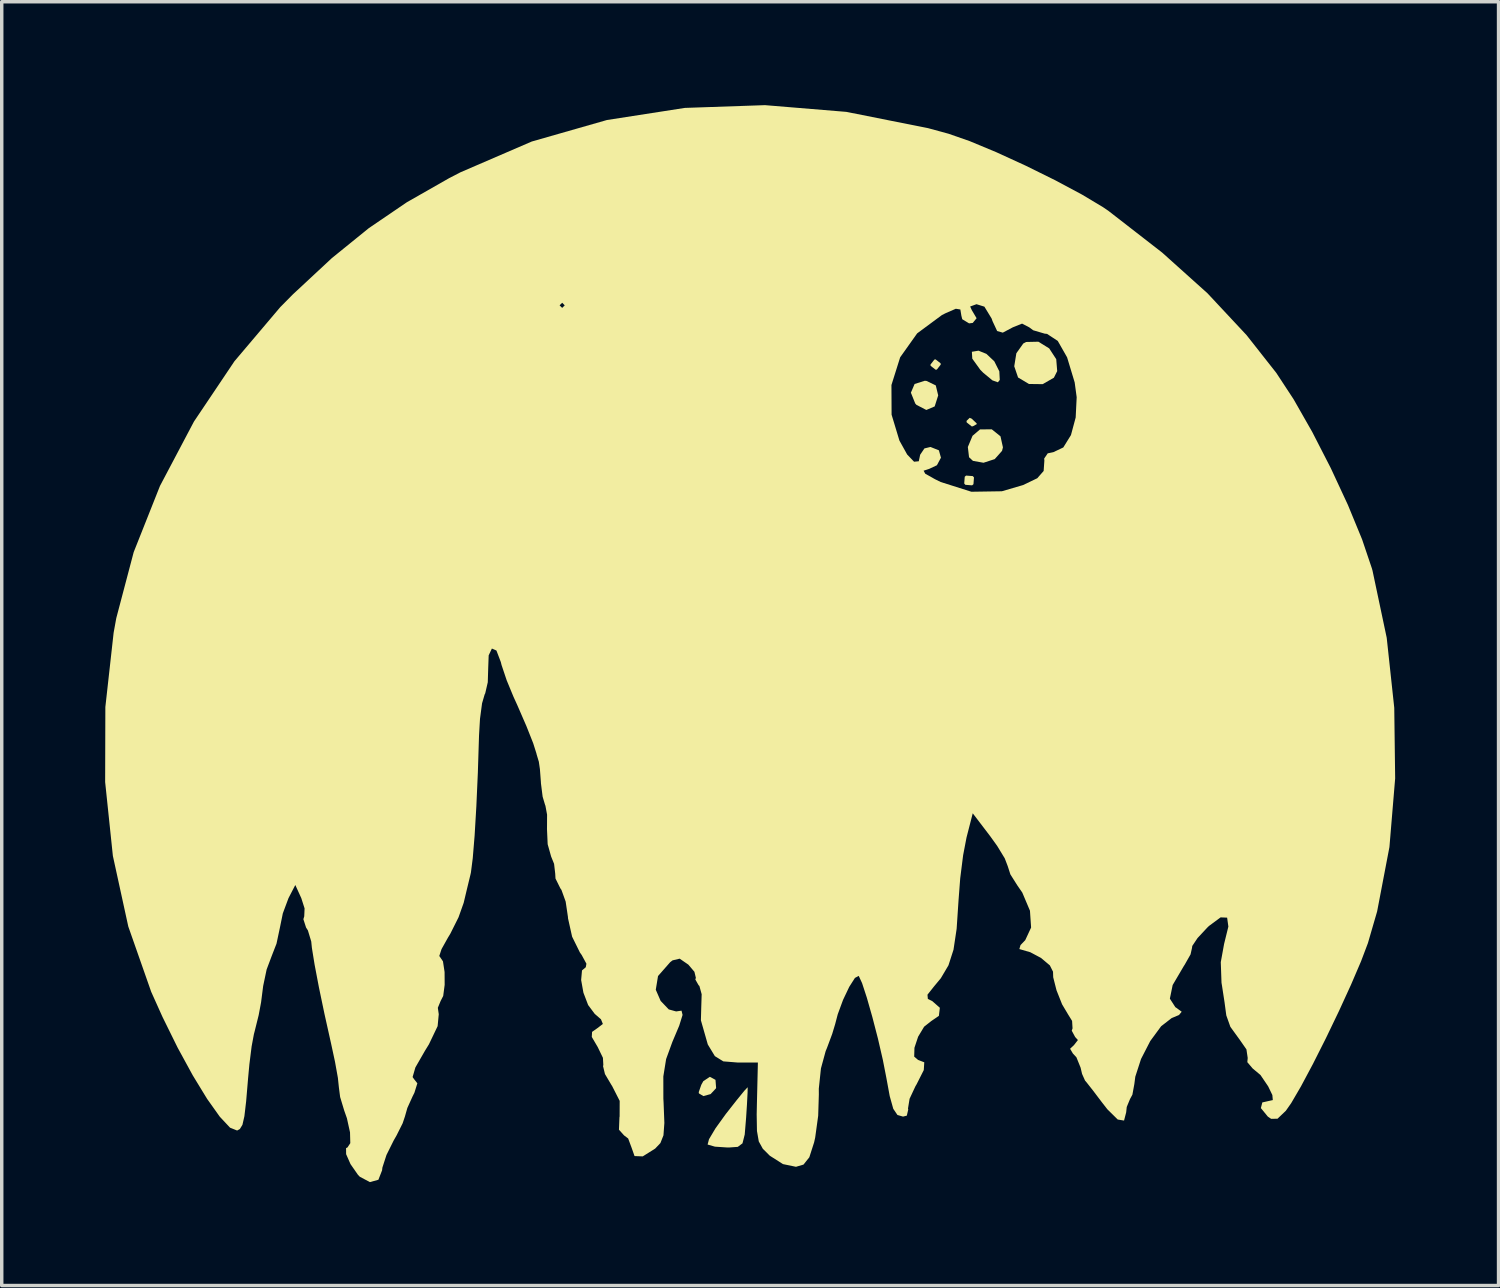
<source format=kicad_pcb>
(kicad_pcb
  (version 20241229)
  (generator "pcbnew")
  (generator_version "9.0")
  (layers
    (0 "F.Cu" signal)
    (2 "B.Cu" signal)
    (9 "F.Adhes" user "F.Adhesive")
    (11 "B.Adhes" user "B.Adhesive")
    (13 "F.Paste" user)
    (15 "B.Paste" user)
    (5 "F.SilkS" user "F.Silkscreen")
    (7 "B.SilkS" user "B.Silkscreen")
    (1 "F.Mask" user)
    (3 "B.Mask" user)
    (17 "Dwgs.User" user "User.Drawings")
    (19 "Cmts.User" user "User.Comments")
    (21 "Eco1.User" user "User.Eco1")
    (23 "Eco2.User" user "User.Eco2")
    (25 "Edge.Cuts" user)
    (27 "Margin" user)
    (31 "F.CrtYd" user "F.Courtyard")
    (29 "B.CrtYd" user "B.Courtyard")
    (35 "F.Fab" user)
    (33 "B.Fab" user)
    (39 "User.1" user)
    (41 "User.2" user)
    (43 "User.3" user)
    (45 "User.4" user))
  (footprint "Moon_Gazing"
    (layer "F.Cu")
    (at 19.009 16.639)
    (property "Reference" "Moon_Gazing" (at 0 0 0) (layer "F.SilkS") (effects (font (size 1.5 1.5) (thickness 0.3))))
    (attr board_only exclude_from_pos_files exclude_from_bom)
    (fp_poly (pts (xy 5.225 -9.15) (xy 5.229 -9.114) (xy 5.116 -8.969) (xy 5.08 -8.965) (xy 4.935 -9.078) (xy 4.931 -9.114) (xy 5.044 -9.259) (xy 5.08 -9.264)) (stroke (width 0) (type solid)) (fill yes) (layer "F.SilkS"))
    (fp_poly (pts (xy 6.126 -7.545) (xy 6.268 -7.411) (xy 6.275 -7.387) (xy 6.16 -7.323) (xy 6.126 -7.321) (xy 5.982 -7.436) (xy 5.976 -7.479) (xy 6.068 -7.569)) (stroke (width 0) (type solid)) (fill yes) (layer "F.SilkS"))
    (fp_poly (pts (xy 6.159 -5.879) (xy 6.193 -5.84) (xy 6.178 -5.644) (xy 6.139 -5.611) (xy 5.943 -5.626) (xy 5.91 -5.665) (xy 5.925 -5.86) (xy 5.964 -5.894)) (stroke (width 0) (type solid)) (fill yes) (layer "F.SilkS"))
    (fp_poly (pts (xy -1.305 11.634) (xy -1.287 11.867) (xy -1.293 11.883) (xy -1.446 12.047) (xy -1.656 12.105) (xy -1.786 12.027) (xy -1.791 11.99) (xy -1.717 11.778) (xy -1.658 11.672) (xy -1.468 11.546)) (stroke (width 0) (type solid)) (fill yes) (layer "F.SilkS"))
    (fp_poly (pts (xy 4.818 -8.639) (xy 5.085 -8.509) (xy 5.155 -8.22) (xy 5.053 -7.9) (xy 4.811 -7.797) (xy 4.525 -7.945) (xy 4.489 -7.985) (xy 4.363 -8.299) (xy 4.471 -8.551) (xy 4.765 -8.644)) (stroke (width 0) (type solid)) (fill yes) (layer "F.SilkS"))
    (fp_poly (pts (xy 6.552 -9.425) (xy 6.782 -9.209) (xy 6.928 -8.918) (xy 6.941 -8.668) (xy 6.887 -8.6) (xy 6.728 -8.656) (xy 6.463 -8.875) (xy 6.376 -8.963) (xy 6.144 -9.285) (xy 6.132 -9.485) (xy 6.324 -9.517)) (stroke (width 0) (type solid)) (fill yes) (layer "F.SilkS"))
    (fp_poly (pts (xy 6.962 -7.033) (xy 7.033 -6.712) (xy 7.007 -6.611) (xy 6.795 -6.372) (xy 6.47 -6.266) (xy 6.163 -6.321) (xy 6.05 -6.426) (xy 6.015 -6.723) (xy 6.151 -7.048) (xy 6.368 -7.233) (xy 6.709 -7.236)) (stroke (width 0) (type solid)) (fill yes) (layer "F.SilkS"))
    (fp_poly (pts (xy 8.375 -9.583) (xy 8.579 -9.27) (xy 8.607 -8.924) (xy 8.511 -8.733) (xy 8.186 -8.546) (xy 7.787 -8.551) (xy 7.472 -8.739) (xy 7.361 -9.064) (xy 7.422 -9.442) (xy 7.623 -9.725) (xy 7.704 -9.769) (xy 8.062 -9.777)) (stroke (width 0) (type solid)) (fill yes) (layer "F.SilkS"))
    (fp_poly (pts (xy -0.371 11.849) (xy -0.374 12.001) (xy -0.393 12.364) (xy -0.417 12.737) (xy -0.457 13.22) (xy -0.522 13.476) (xy -0.658 13.578) (xy -0.91 13.596) (xy -0.96 13.596) (xy -1.32 13.572) (xy -1.529 13.512) (xy -1.533 13.508) (xy -1.493 13.356) (xy -1.305 13.04) (xy -1.008 12.628) (xy -1.002 12.62) (xy -0.691 12.224) (xy -0.465 11.947) (xy -0.371 11.848)) (stroke (width 0) (type solid)) (fill yes) (layer "F.SilkS"))
    (fp_poly (pts (xy 2.49 -16.444) (xy 4.86 -15.972) (xy 5.454 -15.81) (xy 6.065 -15.597) (xy 6.841 -15.274) (xy 7.698 -14.881) (xy 8.554 -14.458) (xy 9.326 -14.045) (xy 9.933 -13.682) (xy 10.104 -13.564) (xy 11.652 -12.362) (xy 12.966 -11.182) (xy 14.098 -9.97) (xy 14.962 -8.873) (xy 15.464 -8.108) (xy 16.005 -7.159) (xy 16.544 -6.108) (xy 17.04 -5.041) (xy 17.451 -4.043) (xy 17.736 -3.199) (xy 17.753 -3.138) (xy 18.165 -1.189) (xy 18.384 0.843) (xy 18.41 2.89) (xy 18.244 4.881) (xy 17.887 6.749) (xy 17.62 7.667) (xy 17.421 8.194) (xy 17.131 8.871) (xy 16.781 9.636) (xy 16.402 10.425) (xy 16.024 11.175) (xy 15.677 11.825) (xy 15.394 12.31) (xy 15.239 12.531) (xy 14.998 12.761) (xy 14.812 12.765) (xy 14.716 12.699) (xy 14.515 12.453) (xy 14.557 12.289) (xy 14.721 12.252) (xy 14.861 12.221) (xy 14.848 12.074) (xy 14.726 11.822) (xy 14.503 11.493) (xy 14.278 11.305) (xy 14.277 11.304) (xy 14.122 11.121) (xy 14.133 10.999) (xy 14.096 10.75) (xy 13.89 10.454) (xy 13.884 10.447) (xy 13.63 10.096) (xy 13.512 9.764) (xy 13.461 9.384) (xy 13.387 8.901) (xy 13.373 8.819) (xy 13.352 8.22) (xy 13.448 7.692) (xy 13.572 7.188) (xy 13.536 6.929) (xy 13.347 6.921) (xy 13.01 7.17) (xy 12.963 7.215) (xy 12.678 7.521) (xy 12.525 7.75) (xy 12.517 7.808) (xy 12.475 7.995) (xy 12.303 8.298) (xy 12.281 8.331) (xy 11.956 8.884) (xy 11.875 9.279) (xy 12.035 9.527) (xy 12.058 9.541) (xy 12.218 9.658) (xy 12.14 9.753) (xy 11.926 9.843) (xy 11.622 10.079) (xy 11.307 10.507) (xy 11.039 11.028) (xy 10.872 11.543) (xy 10.845 11.753) (xy 10.788 12.064) (xy 10.72 12.189) (xy 10.624 12.421) (xy 10.608 12.575) (xy 10.546 12.815) (xy 10.363 12.785) (xy 10.063 12.489) (xy 9.907 12.289) (xy 9.643 11.941) (xy 9.456 11.703) (xy 9.414 11.654) (xy 9.328 11.461) (xy 9.286 11.281) (xy 9.164 10.979) (xy 9.062 10.87) (xy 8.981 10.732) (xy 9.093 10.627) (xy 9.208 10.479) (xy 9.128 10.392) (xy 9.029 10.208) (xy 9.052 10.14) (xy 9.039 9.924) (xy 8.925 9.74) (xy 8.749 9.444) (xy 8.587 9.036) (xy 8.491 8.658) (xy 8.486 8.497) (xy 8.394 8.314) (xy 8.138 8.098) (xy 7.826 7.932) (xy 7.705 7.897) (xy 7.509 7.84) (xy 7.543 7.725) (xy 7.68 7.582) (xy 7.85 7.216) (xy 7.817 6.728) (xy 7.594 6.201) (xy 7.451 5.994) (xy 7.249 5.674) (xy 7.172 5.435) (xy 7.086 5.21) (xy 6.866 4.848) (xy 6.664 4.567) (xy 6.157 3.902) (xy 5.977 4.603) (xy 5.878 5.12) (xy 5.794 5.786) (xy 5.745 6.425) (xy 5.69 7.254) (xy 5.599 7.859) (xy 5.453 8.312) (xy 5.231 8.687) (xy 5.035 8.923) (xy 4.844 9.164) (xy 4.855 9.286) (xy 4.983 9.35) (xy 5.203 9.543) (xy 5.175 9.778) (xy 4.955 9.928) (xy 4.747 10.092) (xy 4.573 10.382) (xy 4.466 10.704) (xy 4.459 10.96) (xy 4.571 11.056) (xy 4.751 11.125) (xy 4.737 11.35) (xy 4.528 11.764) (xy 4.495 11.819) (xy 4.325 12.183) (xy 4.279 12.465) (xy 4.286 12.495) (xy 4.245 12.672) (xy 4.135 12.7) (xy 3.973 12.653) (xy 3.852 12.474) (xy 3.749 12.106) (xy 3.652 11.579) (xy 3.549 11.052) (xy 3.407 10.437) (xy 3.245 9.812) (xy 3.085 9.25) (xy 2.947 8.828) (xy 2.851 8.62) (xy 2.849 8.619) (xy 2.74 8.677) (xy 2.575 8.936) (xy 2.395 9.315) (xy 2.241 9.733) (xy 2.166 10.019) (xy 2.08 10.303) (xy 1.928 10.711) (xy 1.891 10.8) (xy 1.754 11.302) (xy 1.692 11.889) (xy 1.693 12.062) (xy 1.674 12.674) (xy 1.587 13.307) (xy 1.556 13.447) (xy 1.417 13.88) (xy 1.248 14.092) (xy 1.03 14.156) (xy 0.653 14.078) (xy 0.271 13.835) (xy 0.068 13.633) (xy -0.049 13.421) (xy -0.102 13.117) (xy -0.11 12.637) (xy -0.103 12.304) (xy -0.075 11.131) (xy -0.669 11.131) (xy -1.078 11.098) (xy -1.323 10.946) (xy -1.528 10.608) (xy -1.728 9.907) (xy -1.718 9.534) (xy -1.706 9.151) (xy -1.772 8.91) (xy -1.795 8.889) (xy -1.89 8.722) (xy -1.874 8.676) (xy -1.916 8.5) (xy -2.092 8.292) (xy -2.344 8.119) (xy -2.55 8.168) (xy -2.62 8.222) (xy -2.972 8.623) (xy -3.037 9.02) (xy -2.896 9.344) (xy -2.66 9.591) (xy -2.445 9.65) (xy -2.443 9.649) (xy -2.29 9.627) (xy -2.26 9.751) (xy -2.357 10.063) (xy -2.556 10.534) (xy -2.737 11.031) (xy -2.818 11.535) (xy -2.817 12.178) (xy -2.81 12.309) (xy -2.788 12.884) (xy -2.814 13.243) (xy -2.903 13.468) (xy -3.056 13.629) (xy -3.415 13.854) (xy -3.653 13.845) (xy -3.735 13.612) (xy -3.838 13.335) (xy -3.957 13.245) (xy -4.105 13.08) (xy -4.091 12.723) (xy -4.086 12.696) (xy -4.084 12.244) (xy -4.306 11.808) (xy -4.319 11.79) (xy -4.511 11.466) (xy -4.567 11.233) (xy -4.558 11.207) (xy -4.57 10.995) (xy -4.722 10.681) (xy -4.728 10.671) (xy -4.893 10.39) (xy -4.885 10.243) (xy -4.73 10.134) (xy -4.572 10.013) (xy -4.627 9.877) (xy -4.808 9.72) (xy -4.999 9.464) (xy -5.136 9.105) (xy -5.202 8.738) (xy -5.177 8.46) (xy -5.067 8.367) (xy -5.049 8.265) (xy -5.187 8.011) (xy -5.238 7.939) (xy -5.464 7.481) (xy -5.583 6.947) (xy -5.585 6.908) (xy -5.651 6.463) (xy -5.773 6.124) (xy -5.806 6.077) (xy -5.946 5.794) (xy -5.954 5.651) (xy -5.987 5.368) (xy -6.073 5.155) (xy -6.173 4.799) (xy -6.193 4.352) (xy -6.192 4.336) (xy -6.19 3.942) (xy -6.239 3.678) (xy -6.247 3.663) (xy -6.319 3.42) (xy -6.368 3.03) (xy -6.37 2.988) (xy -6.398 2.619) (xy -6.43 2.401) (xy -6.434 2.391) (xy -6.494 2.19) (xy -6.499 2.166) (xy -6.593 1.869) (xy -6.788 1.377) (xy -7.055 0.762) (xy -7.164 0.523) (xy -7.362 0.044) (xy -7.51 -0.398) (xy -7.532 -0.486) (xy -7.659 -0.819) (xy -7.791 -0.877) (xy -7.884 -0.679) (xy -7.897 -0.329) (xy -7.91 0.101) (xy -7.984 0.422) (xy -8.001 0.455) (xy -8.076 0.712) (xy -8.136 1.163) (xy -8.164 1.644) (xy -8.198 2.722) (xy -8.242 3.707) (xy -8.292 4.55) (xy -8.346 5.204) (xy -8.399 5.619) (xy -8.412 5.678) (xy -8.517 6.112) (xy -8.609 6.499) (xy -8.758 6.918) (xy -8.997 7.396) (xy -9.065 7.508) (xy -9.251 7.841) (xy -9.317 8.042) (xy -9.297 8.068) (xy -9.21 8.197) (xy -9.163 8.506) (xy -9.161 8.879) (xy -9.203 9.2) (xy -9.278 9.347) (xy -9.359 9.544) (xy -9.332 9.73) (xy -9.365 10.076) (xy -9.617 10.603) (xy -9.732 10.79) (xy -10.01 11.274) (xy -10.091 11.553) (xy -10.045 11.618) (xy -9.953 11.734) (xy -10.038 12.007) (xy -10.088 12.107) (xy -10.243 12.449) (xy -10.309 12.681) (xy -10.309 12.684) (xy -10.38 12.895) (xy -10.557 13.248) (xy -10.64 13.393) (xy -10.849 13.814) (xy -10.967 14.178) (xy -10.976 14.258) (xy -11.083 14.532) (xy -11.329 14.6) (xy -11.622 14.445) (xy -11.678 14.386) (xy -11.892 14.078) (xy -12.019 13.79) (xy -12.021 13.614) (xy -11.981 13.596) (xy -11.898 13.471) (xy -11.906 13.157) (xy -11.996 12.748) (xy -12.074 12.526) (xy -12.193 12.132) (xy -12.229 11.853) (xy -12.258 11.576) (xy -12.342 11.108) (xy -12.462 10.55) (xy -12.466 10.534) (xy -12.647 9.722) (xy -12.808 8.951) (xy -12.934 8.289) (xy -13.012 7.805) (xy -13.031 7.62) (xy -13.128 7.299) (xy -13.181 7.216) (xy -13.259 6.974) (xy -13.234 6.891) (xy -13.224 6.661) (xy -13.319 6.364) (xy -13.493 5.982) (xy -13.691 6.364) (xy -13.855 6.804) (xy -13.94 7.22) (xy -14.038 7.682) (xy -14.178 8.042) (xy -14.325 8.433) (xy -14.425 8.909) (xy -14.429 8.938) (xy -14.486 9.385) (xy -14.556 9.758) (xy -14.672 10.225) (xy -14.694 10.309) (xy -14.76 10.663) (xy -14.825 11.182) (xy -14.862 11.579) (xy -14.919 12.255) (xy -14.97 12.69) (xy -15.027 12.939) (xy -15.102 13.061) (xy -15.181 13.104) (xy -15.385 13.022) (xy -15.683 12.704) (xy -16.052 12.185) (xy -16.467 11.505) (xy -16.906 10.701) (xy -17.345 9.81) (xy -17.673 9.081) (xy -18.338 7.185) (xy -18.785 5.137) (xy -19.009 2.996) (xy -19.003 0.819) (xy -18.763 -1.335) (xy -18.686 -1.759) (xy -18.181 -3.673) (xy -17.418 -5.595) (xy -16.433 -7.461) (xy -15.721 -8.521) (xy 3.799 -8.521) (xy 3.803 -7.661) (xy 4.03 -6.91) (xy 4.255 -6.505) (xy 4.455 -6.296) (xy 4.592 -6.309) (xy 4.632 -6.499) (xy 4.756 -6.682) (xy 4.931 -6.724) (xy 5.175 -6.627) (xy 5.235 -6.413) (xy 5.118 -6.194) (xy 4.893 -6.088) (xy 4.732 -6.036) (xy 4.779 -5.948) (xy 5.062 -5.789) (xy 5.229 -5.707) (xy 6.118 -5.425) (xy 7.002 -5.439) (xy 7.617 -5.619) (xy 8.029 -5.817) (xy 8.214 -6.028) (xy 8.235 -6.331) (xy 8.229 -6.387) (xy 8.332 -6.539) (xy 8.498 -6.574) (xy 8.784 -6.71) (xy 9.006 -7.069) (xy 9.143 -7.579) (xy 9.172 -8.167) (xy 9.114 -8.596) (xy 8.894 -9.324) (xy 8.623 -9.8) (xy 8.312 -10.004) (xy 8.244 -10.011) (xy 7.911 -10.109) (xy 7.796 -10.194) (xy 7.588 -10.302) (xy 7.319 -10.194) (xy 7.029 -10.04) (xy 6.865 -10.087) (xy 6.731 -10.374) (xy 6.705 -10.449) (xy 6.495 -10.794) (xy 6.266 -10.865) (xy 6.082 -10.798) (xy 6.128 -10.696) (xy 6.269 -10.458) (xy 6.157 -10.322) (xy 6.051 -10.309) (xy 5.853 -10.429) (xy 5.827 -10.534) (xy 5.798 -10.712) (xy 5.666 -10.733) (xy 5.361 -10.6) (xy 5.259 -10.547) (xy 4.545 -10.019) (xy 4.052 -9.325) (xy 3.799 -8.521) (xy -15.721 -8.521) (xy -15.258 -9.211) (xy -13.927 -10.783) (xy -13.878 -10.832) (xy -5.827 -10.832) (xy -5.752 -10.758) (xy -5.678 -10.832) (xy -5.752 -10.907) (xy -5.827 -10.832) (xy -13.878 -10.832) (xy -13.565 -11.149) (xy -12.432 -12.203) (xy -11.361 -13.071) (xy -10.258 -13.822) (xy -9.028 -14.523) (xy -8.703 -14.691) (xy -6.634 -15.584) (xy -4.456 -16.207) (xy -2.193 -16.559) (xy 0.131 -16.639)) (stroke (width 0) (type solid)) (fill yes) (layer "F.SilkS")))
  (gr_rect
    (start -3 -3)
    (end 40.418 34.239)
    (stroke (width 0.1) (type default))
    (fill no)
    (layer "Edge.Cuts")))
</source>
